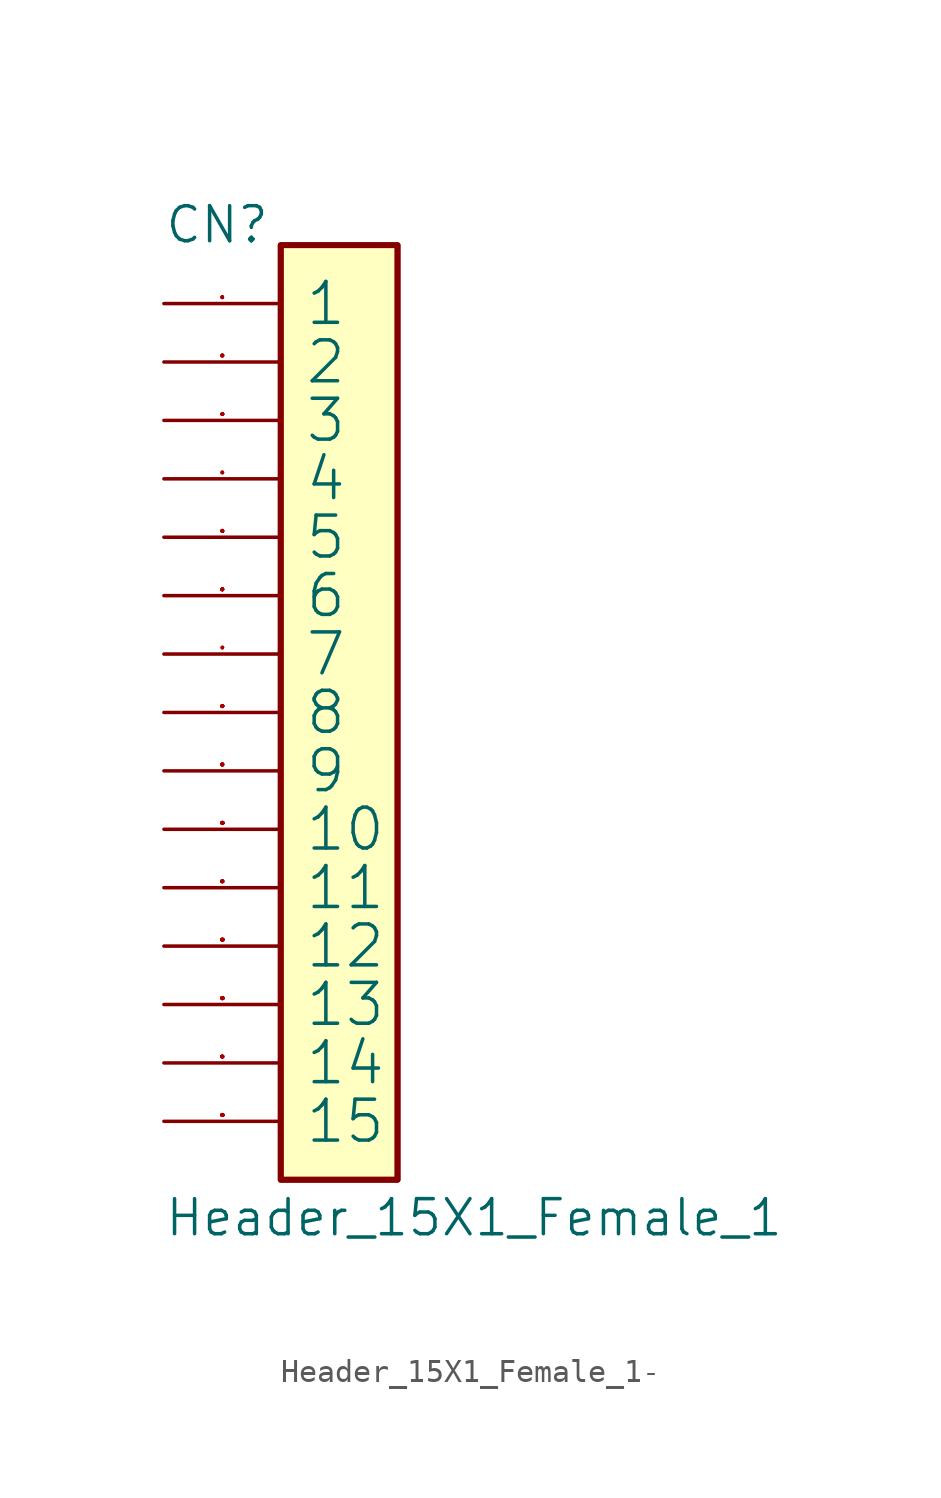
<source format=kicad_sym>
(kicad_symbol_lib
  (version 20220914)
  (generator kicad_symbol_editor)
  (symbol "Header_15X1_Female_1-"
    (pin_names
      (offset 1.016))
    (property "Reference" "CN"
      (at -5.08 0 0)
      (effects (font (size 1.524 1.524)) (justify left bottom)))
    (property "Value" "Header_15X1_Female_1"
      (at -5.08 -43.18 0)
      (effects (font (size 1.524 1.524)) (justify left bottom)))
    (property "Footprint" ""
      (at 0 0 0)
      (effects (font (size 1.524 1.524))))
    (property "Datasheet" ""
      (at 0 0 0)
      (effects (font (size 1.524 1.524))))
    (symbol "Header_15X1_Female_1-_0_1"
      (rectangle (start 0 -40.64) (end 5.08 0) (stroke (width 0.254) (type solid)) (fill (type background)))
      (rectangle (start 5.08 -40.64) (end 0 0) (stroke (width 0.254) (type solid)) (fill (type background)))
      (pin passive line (at -5.08 -2.54 0) (length 5.08) (name "1" (effects (font (size 1.778 1.778)))) (number "1" (effects (font (size 0.025 0.025)))))
      (pin passive line (at -5.08 -25.4 0) (length 5.08) (name "10" (effects (font (size 1.778 1.778)))) (number "10" (effects (font (size 0.025 0.025)))))
      (pin passive line (at -5.08 -27.94 0) (length 5.08) (name "11" (effects (font (size 1.778 1.778)))) (number "11" (effects (font (size 0.025 0.025)))))
      (pin passive line (at -5.08 -30.48 0) (length 5.08) (name "12" (effects (font (size 1.778 1.778)))) (number "12" (effects (font (size 0.025 0.025)))))
      (pin passive line (at -5.08 -33.02 0) (length 5.08) (name "13" (effects (font (size 1.778 1.778)))) (number "13" (effects (font (size 0.025 0.025)))))
      (pin passive line (at -5.08 -35.56 0) (length 5.08) (name "14" (effects (font (size 1.778 1.778)))) (number "14" (effects (font (size 0.025 0.025)))))
      (pin passive line (at -5.08 -38.1 0) (length 5.08) (name "15" (effects (font (size 1.778 1.778)))) (number "15" (effects (font (size 0.025 0.025)))))
      (pin passive line (at -5.08 -5.08 0) (length 5.08) (name "2" (effects (font (size 1.778 1.778)))) (number "2" (effects (font (size 0.025 0.025)))))
      (pin passive line (at -5.08 -7.62 0) (length 5.08) (name "3" (effects (font (size 1.778 1.778)))) (number "3" (effects (font (size 0.025 0.025)))))
      (pin passive line (at -5.08 -10.16 0) (length 5.08) (name "4" (effects (font (size 1.778 1.778)))) (number "4" (effects (font (size 0.025 0.025)))))
      (pin passive line (at -5.08 -12.7 0) (length 5.08) (name "5" (effects (font (size 1.778 1.778)))) (number "5" (effects (font (size 0.025 0.025)))))
      (pin passive line (at -5.08 -15.24 0) (length 5.08) (name "6" (effects (font (size 1.778 1.778)))) (number "6" (effects (font (size 0.025 0.025)))))
      (pin passive line (at -5.08 -17.78 0) (length 5.08) (name "7" (effects (font (size 1.778 1.778)))) (number "7" (effects (font (size 0.025 0.025)))))
      (pin passive line (at -5.08 -20.32 0) (length 5.08) (name "8" (effects (font (size 1.778 1.778)))) (number "8" (effects (font (size 0.025 0.025)))))
      (pin passive line (at -5.08 -22.86 0) (length 5.08) (name "9" (effects (font (size 1.778 1.778)))) (number "9" (effects (font (size 0.025 0.025))))))))
</source>
